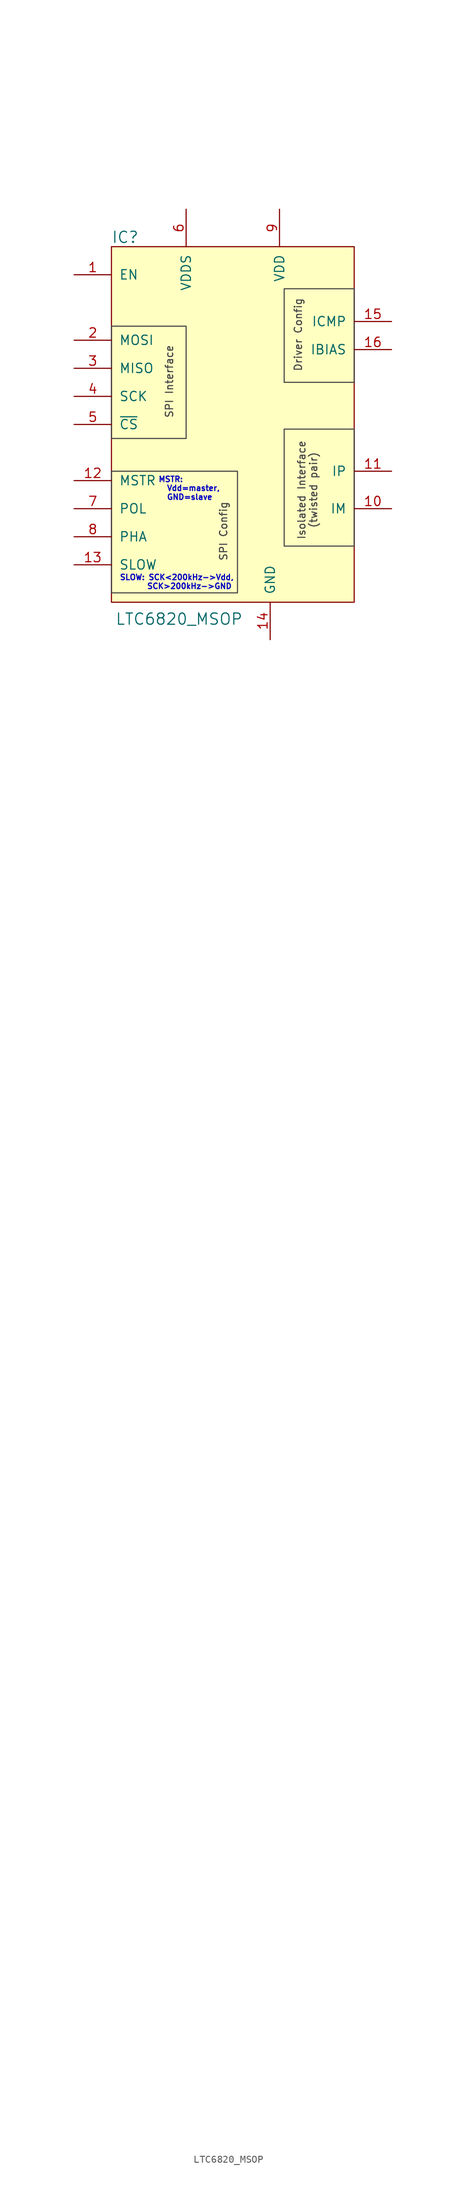
<source format=kicad_sym>
(kicad_symbol_lib
  (version 20241209)
  (generator "kicad_symbol_editor")
  (generator_version "9.0")
  (symbol "LTC6820_MSOP"
    (pin_names
      (offset 1.016))
    (property "Reference" "IC"
      (at -16.51 25.4 0)
      (effects (font (size 1.524 1.524)) (justify left)))
    (property "Value" "LTC6820_MSOP"
      (at -16.002 -26.416 0)
      (effects (font (size 1.524 1.524)) (justify left)))
    (property "Footprint" ""
      (at -22.86 -210.185 0)
      (effects (font (size 1.524 1.524))))
    (property "Datasheet" ""
      (at -22.86 -210.185 0)
      (effects (font (size 1.524 1.524))))
    (symbol "LTC6820_MSOP_0_1"
      (rectangle (start -16.51 24.13) (end 16.51 -24.13) (stroke (width 0) (type solid)) (fill (type background))))
    (symbol "LTC6820_MSOP_1_1"
      (rectangle (start -16.51 13.335) (end -6.35 -1.905) (stroke (width 0) (type solid) (color 72 72 72 1)) (fill (type none)))
      (rectangle (start -16.51 -6.35) (end 0.635 -22.86) (stroke (width 0) (type solid) (color 72 72 72 1)) (fill (type none)))
      (rectangle (start 6.985 18.415) (end 16.51 5.715) (stroke (width 0) (type solid) (color 72 72 72 1)) (fill (type none)))
      (rectangle (start 6.985 -0.635) (end 16.51 -16.51) (stroke (width 0) (type solid) (color 72 72 72 1)) (fill (type none)))
      (text "MSTR: \n  Vdd=master, \n  GND=slave" (at -10.16 -8.636 0) (effects (font (size 0.75 0.75) (color 0 0 194 1)) (justify left)))
      (text "SPI Interface" (at -8.636 5.842 900) (effects (font (size 1 1) (color 72 72 72 1))))
      (text "SLOW: SCK<200kHz->Vdd,\n      SCK>200kHz->GND" (at -7.62 -21.336 0) (effects (font (size 0.75 0.75) (color 0 0 194 1))))
      (text "SPI Config" (at -1.27 -14.478 900) (effects (font (size 1 1) (color 72 72 72 1))))
      (text "Driver Config" (at 8.89 12.192 900) (effects (font (size 1 1) (color 72 72 72 1))))
      (text "Isolated Interface\n(twisted pair)" (at 10.16 -8.89 900) (effects (font (size 1 1) (color 72 72 72 1))))
      (pin input line (at -21.59 20.32 0) (length 5.08) (name "EN" (effects (font (size 1.27 1.27)))) (number "1" (effects (font (size 1.27 1.27)))))
      (pin input line (at -21.59 11.43 0) (length 5.08) (name "MOSI" (effects (font (size 1.27 1.27)))) (number "2" (effects (font (size 1.27 1.27)))))
      (pin input line (at -21.59 7.62 0) (length 5.08) (name "MISO" (effects (font (size 1.27 1.27)))) (number "3" (effects (font (size 1.27 1.27)))))
      (pin input line (at -21.59 3.81 0) (length 5.08) (name "SCK" (effects (font (size 1.27 1.27)))) (number "4" (effects (font (size 1.27 1.27)))))
      (pin input line (at -21.59 0 0) (length 5.08) (name "~{CS}" (effects (font (size 1.27 1.27)))) (number "5" (effects (font (size 1.27 1.27)))))
      (pin input line (at -21.59 -7.62 0) (length 5.08) (name "MSTR" (effects (font (size 1.27 1.27)))) (number "12" (effects (font (size 1.27 1.27)))))
      (pin input line (at -21.59 -11.43 0) (length 5.08) (name "POL" (effects (font (size 1.27 1.27)))) (number "7" (effects (font (size 1.27 1.27)))))
      (pin input line (at -21.59 -15.24 0) (length 5.08) (name "PHA" (effects (font (size 1.27 1.27)))) (number "8" (effects (font (size 1.27 1.27)))))
      (pin input line (at -21.59 -19.05 0) (length 5.08) (name "SLOW" (effects (font (size 1.27 1.27)))) (number "13" (effects (font (size 1.27 1.27)))))
      (pin input line (at -6.35 29.21 270) (length 5.08) (name "VDDS" (effects (font (size 1.27 1.27)))) (number "6" (effects (font (size 1.27 1.27)))))
      (pin input line (at 5.08 -29.21 90) (length 5.08) (name "GND" (effects (font (size 1.27 1.27)))) (number "14" (effects (font (size 1.27 1.27)))))
      (pin input line (at 6.35 29.21 270) (length 5.08) (name "VDD" (effects (font (size 1.27 1.27)))) (number "9" (effects (font (size 1.27 1.27)))))
      (pin input line (at 21.59 13.97 180) (length 5.08) (name "ICMP" (effects (font (size 1.27 1.27)))) (number "15" (effects (font (size 1.27 1.27)))))
      (pin input line (at 21.59 10.16 180) (length 5.08) (name "IBIAS" (effects (font (size 1.27 1.27)))) (number "16" (effects (font (size 1.27 1.27)))))
      (pin input line (at 21.59 -6.35 180) (length 5.08) (name "IP" (effects (font (size 1.27 1.27)))) (number "11" (effects (font (size 1.27 1.27)))))
      (pin input line (at 21.59 -11.43 180) (length 5.08) (name "IM" (effects (font (size 1.27 1.27)))) (number "10" (effects (font (size 1.27 1.27))))))))
</source>
